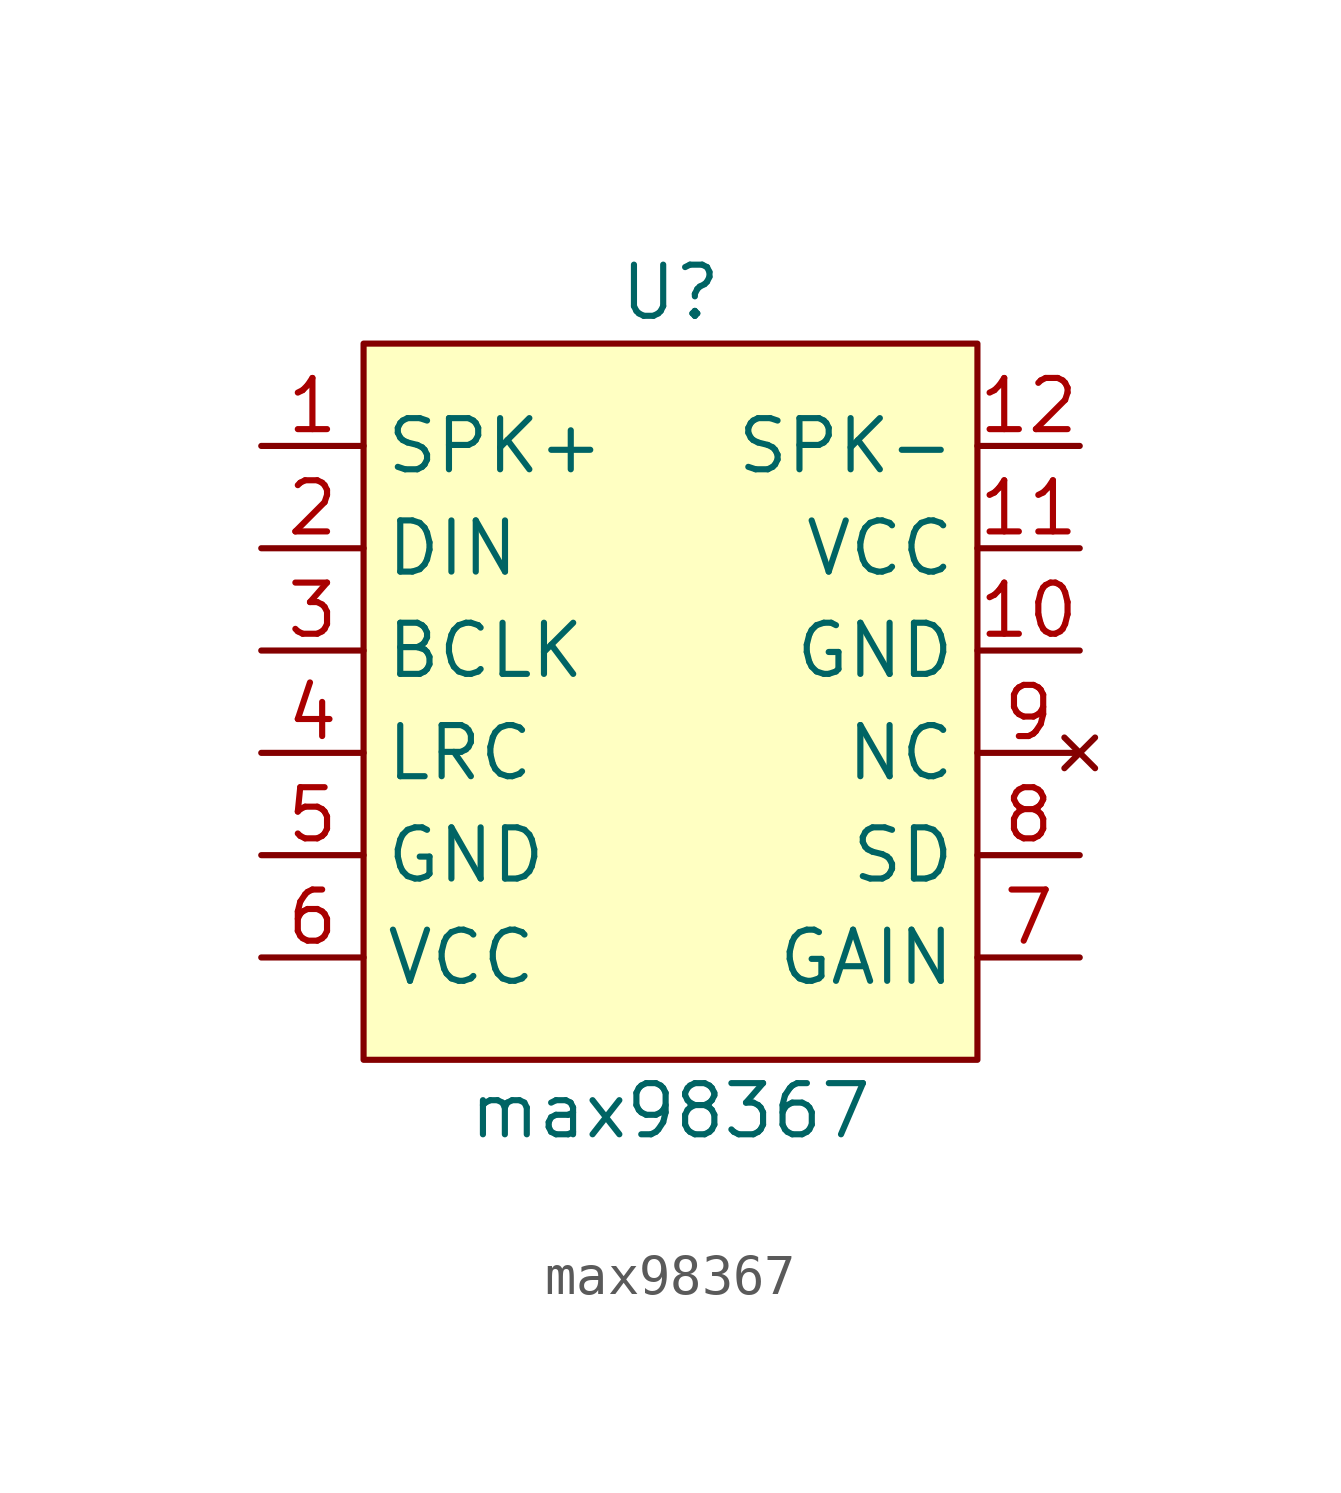
<source format=kicad_sym>
(kicad_symbol_lib
  (version 20211014)
  (generator kicad_symbol_editor)
  (symbol "max98367"
    (property "Reference" "U"
      (at 0 10.16 0)
      (effects (font (size 1.27 1.27))))
    (property "Value" "max98367"
      (at 0 -10.16 0)
      (effects (font (size 1.27 1.27))))
    (symbol "max98367_0_1"
      (rectangle (start -7.62 8.89) (end 7.62 -8.89) (stroke (width 0) (type default) (color 0 0 0 0)) (fill (type background))))
    (symbol "max98367_1_1"
      (pin output line (at -10.16 6.35 0) (length 2.54) (name "SPK+" (effects (font (size 1.27 1.27)))) (number "1" (effects (font (size 1.27 1.27)))))
      (pin power_in line (at 10.16 1.27 180) (length 2.54) (name "GND" (effects (font (size 1.27 1.27)))) (number "10" (effects (font (size 1.27 1.27)))))
      (pin power_in line (at 10.16 3.81 180) (length 2.54) (name "VCC" (effects (font (size 1.27 1.27)))) (number "11" (effects (font (size 1.27 1.27)))))
      (pin output line (at 10.16 6.35 180) (length 2.54) (name "SPK-" (effects (font (size 1.27 1.27)))) (number "12" (effects (font (size 1.27 1.27)))))
      (pin input line (at -10.16 3.81 0) (length 2.54) (name "DIN" (effects (font (size 1.27 1.27)))) (number "2" (effects (font (size 1.27 1.27)))))
      (pin input line (at -10.16 1.27 0) (length 2.54) (name "BCLK" (effects (font (size 1.27 1.27)))) (number "3" (effects (font (size 1.27 1.27)))))
      (pin input line (at -10.16 -1.27 0) (length 2.54) (name "LRC" (effects (font (size 1.27 1.27)))) (number "4" (effects (font (size 1.27 1.27)))))
      (pin power_in line (at -10.16 -3.81 0) (length 2.54) (name "GND" (effects (font (size 1.27 1.27)))) (number "5" (effects (font (size 1.27 1.27)))))
      (pin power_in line (at -10.16 -6.35 0) (length 2.54) (name "VCC" (effects (font (size 1.27 1.27)))) (number "6" (effects (font (size 1.27 1.27)))))
      (pin input line (at 10.16 -6.35 180) (length 2.54) (name "GAIN" (effects (font (size 1.27 1.27)))) (number "7" (effects (font (size 1.27 1.27)))))
      (pin input line (at 10.16 -3.81 180) (length 2.54) (name "SD" (effects (font (size 1.27 1.27)))) (number "8" (effects (font (size 1.27 1.27)))))
      (pin no_connect line (at 10.16 -1.27 180) (length 2.54) (name "NC" (effects (font (size 1.27 1.27)))) (number "9" (effects (font (size 1.27 1.27))))))))
</source>
